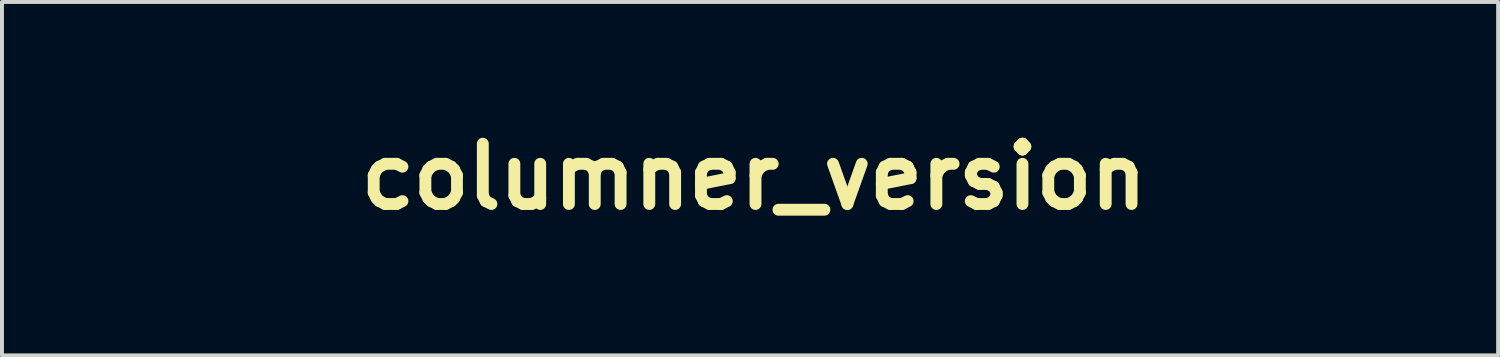
<source format=kicad_pcb>
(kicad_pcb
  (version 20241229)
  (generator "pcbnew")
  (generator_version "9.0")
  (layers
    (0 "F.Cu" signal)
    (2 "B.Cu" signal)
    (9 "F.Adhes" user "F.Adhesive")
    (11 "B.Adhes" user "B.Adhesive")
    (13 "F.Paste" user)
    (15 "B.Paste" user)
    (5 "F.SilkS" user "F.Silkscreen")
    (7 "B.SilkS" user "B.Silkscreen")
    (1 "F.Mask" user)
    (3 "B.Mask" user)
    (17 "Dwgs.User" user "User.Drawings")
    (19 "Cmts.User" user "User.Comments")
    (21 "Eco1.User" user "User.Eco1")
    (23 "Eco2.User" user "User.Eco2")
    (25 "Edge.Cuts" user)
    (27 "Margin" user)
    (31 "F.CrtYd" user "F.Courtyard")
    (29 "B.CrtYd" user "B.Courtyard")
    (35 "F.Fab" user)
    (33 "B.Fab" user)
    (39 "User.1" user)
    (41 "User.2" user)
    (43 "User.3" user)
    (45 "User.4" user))
  (footprint "columner_version"
    (layer "F.Cu")
    (at 16.014 1.418)
    (property "Reference" "columner_version" (at 0 0 0) (layer "F.SilkS") (effects (font (size 1.524 1.524) (thickness 0.3))))
    (attr through_hole)
    (fp_poly (pts (xy 13.172 1.066) (xy 13.191 1.195) (xy 13.192 1.229) (xy 13.178 1.373) (xy 13.135 1.445) (xy 13.057 1.451) (xy 13.038 1.445) (xy 13.004 1.393) (xy 12.988 1.277) (xy 12.987 1.229) (xy 12.997 1.096) (xy 13.026 1.022) (xy 13.038 1.013) (xy 13.123 1.007) (xy 13.172 1.066)) (stroke (width 0.01) (type solid)) (fill yes) (layer "F.Mask"))
    (fp_poly (pts (xy -10.691 -1.37) (xy -10.673 -1.358) (xy -10.659 -1.328) (xy -10.649 -1.271) (xy -10.64 -1.181) (xy -10.634 -1.048) (xy -10.63 -0.864) (xy -10.626 -0.623) (xy -10.623 -0.315) (xy -10.62 0.031) (xy -10.61 1.434) (xy -10.817 1.434) (xy -10.806 0.031) (xy -10.803 -0.345) (xy -10.8 -0.647) (xy -10.796 -0.883) (xy -10.791 -1.061) (xy -10.785 -1.19) (xy -10.777 -1.277) (xy -10.766 -1.331) (xy -10.751 -1.36) (xy -10.733 -1.371) (xy -10.713 -1.372) (xy -10.691 -1.37)) (stroke (width 0.01) (type solid)) (fill yes) (layer "F.Mask"))
    (fp_poly (pts (xy 0.56 -0.466) (xy 0.601 -0.381) (xy 0.614 -0.229) (xy 0.615 -0.214) (xy 0.615 -0.066) (xy 0.748 -0.194) (xy 0.872 -0.293) (xy 1.02 -0.384) (xy 1.065 -0.406) (xy 1.205 -0.455) (xy 1.353 -0.484) (xy 1.488 -0.491) (xy 1.59 -0.477) (xy 1.637 -0.44) (xy 1.639 -0.431) (xy 1.627 -0.393) (xy 1.582 -0.365) (xy 1.488 -0.341) (xy 1.33 -0.316) (xy 1.291 -0.311) (xy 1.098 -0.25) (xy 0.911 -0.129) (xy 0.756 0.031) (xy 0.708 0.104) (xy 0.67 0.178) (xy 0.644 0.255) (xy 0.628 0.353) (xy 0.619 0.488) (xy 0.616 0.678) (xy 0.615 0.821) (xy 0.611 1.09) (xy 0.6 1.279) (xy 0.582 1.392) (xy 0.565 1.426) (xy 0.495 1.472) (xy 0.437 1.448) (xy 0.437 1.448) (xy 0.429 1.4) (xy 0.422 1.283) (xy 0.417 1.108) (xy 0.412 0.886) (xy 0.41 0.629) (xy 0.41 0.464) (xy 0.41 0.16) (xy 0.411 -0.071) (xy 0.415 -0.24) (xy 0.421 -0.357) (xy 0.431 -0.431) (xy 0.444 -0.471) (xy 0.463 -0.488) (xy 0.487 -0.492) (xy 0.56 -0.466)) (stroke (width 0.01) (type solid)) (fill yes) (layer "F.Mask"))
    (fp_poly (pts (xy 11.445 -1.296) (xy 11.49 -1.271) (xy 11.508 -1.247) (xy 11.522 -1.201) (xy 11.533 -1.126) (xy 11.541 -1.013) (xy 11.547 -0.853) (xy 11.55 -0.639) (xy 11.552 -0.361) (xy 11.553 -0.012) (xy 11.553 0.079) (xy 11.552 0.471) (xy 11.549 0.788) (xy 11.544 1.034) (xy 11.536 1.215) (xy 11.526 1.337) (xy 11.513 1.407) (xy 11.504 1.426) (xy 11.434 1.472) (xy 11.376 1.448) (xy 11.375 1.448) (xy 11.369 1.401) (xy 11.362 1.283) (xy 11.357 1.104) (xy 11.353 0.873) (xy 11.35 0.602) (xy 11.348 0.299) (xy 11.348 0.178) (xy 11.347 -0.132) (xy 11.345 -0.414) (xy 11.341 -0.657) (xy 11.336 -0.852) (xy 11.33 -0.989) (xy 11.324 -1.059) (xy 11.321 -1.065) (xy 11.279 -1.042) (xy 11.187 -0.979) (xy 11.057 -0.885) (xy 10.912 -0.778) (xy 10.758 -0.665) (xy 10.627 -0.573) (xy 10.532 -0.512) (xy 10.489 -0.492) (xy 10.454 -0.526) (xy 10.447 -0.569) (xy 10.481 -0.632) (xy 10.582 -0.733) (xy 10.744 -0.868) (xy 10.836 -0.938) (xy 11.044 -1.092) (xy 11.198 -1.199) (xy 11.309 -1.265) (xy 11.388 -1.296) (xy 11.445 -1.296)) (stroke (width 0.01) (type solid)) (fill yes) (layer "F.Mask"))
    (fp_poly (pts (xy -14.429 -1.312) (xy -14.239 -1.269) (xy -14.114 -1.218) (xy -14.06 -1.16) (xy -14.08 -1.103) (xy -14.156 -1.084) (xy -14.229 -1.103) (xy -14.328 -1.13) (xy -14.474 -1.156) (xy -14.598 -1.171) (xy -14.907 -1.168) (xy -15.179 -1.095) (xy -15.407 -0.955) (xy -15.589 -0.752) (xy -15.718 -0.491) (xy -15.791 -0.175) (xy -15.8 -0.091) (xy -15.799 0.269) (xy -15.737 0.585) (xy -15.618 0.852) (xy -15.448 1.065) (xy -15.23 1.22) (xy -14.97 1.312) (xy -14.672 1.336) (xy -14.462 1.313) (xy -14.317 1.285) (xy -14.194 1.259) (xy -14.144 1.246) (xy -14.074 1.239) (xy -14.052 1.288) (xy -14.052 1.305) (xy -14.075 1.37) (xy -14.156 1.415) (xy -14.206 1.429) (xy -14.359 1.459) (xy -14.544 1.482) (xy -14.73 1.495) (xy -14.886 1.496) (xy -14.953 1.489) (xy -15.268 1.397) (xy -15.534 1.245) (xy -15.743 1.039) (xy -15.849 0.871) (xy -15.943 0.617) (xy -15.996 0.316) (xy -16.009 -0.005) (xy -15.979 -0.322) (xy -15.911 -0.594) (xy -15.82 -0.775) (xy -15.68 -0.955) (xy -15.514 -1.112) (xy -15.342 -1.226) (xy -15.256 -1.261) (xy -14.941 -1.329) (xy -14.639 -1.338) (xy -14.429 -1.312)) (stroke (width 0.01) (type solid)) (fill yes) (layer "F.Mask"))
    (fp_poly (pts (xy 9.774 -0.474) (xy 9.771 -0.41) (xy 9.748 -0.35) (xy 9.7 -0.231) (xy 9.632 -0.066) (xy 9.55 0.133) (xy 9.458 0.353) (xy 9.362 0.581) (xy 9.268 0.805) (xy 9.18 1.011) (xy 9.105 1.187) (xy 9.047 1.321) (xy 9.012 1.399) (xy 9.004 1.414) (xy 8.915 1.448) (xy 8.807 1.446) (xy 8.755 1.424) (xy 8.722 1.375) (xy 8.665 1.263) (xy 8.588 1.101) (xy 8.498 0.903) (xy 8.399 0.68) (xy 8.298 0.447) (xy 8.2 0.216) (xy 8.11 0.001) (xy 8.035 -0.186) (xy 7.98 -0.332) (xy 7.951 -0.423) (xy 7.948 -0.443) (xy 7.982 -0.482) (xy 8.038 -0.484) (xy 8.072 -0.47) (xy 8.11 -0.43) (xy 8.155 -0.356) (xy 8.212 -0.238) (xy 8.286 -0.068) (xy 8.381 0.163) (xy 8.463 0.366) (xy 8.563 0.614) (xy 8.654 0.839) (xy 8.733 1.028) (xy 8.793 1.169) (xy 8.829 1.251) (xy 8.837 1.265) (xy 8.858 1.265) (xy 8.895 1.213) (xy 8.95 1.105) (xy 9.026 0.935) (xy 9.125 0.697) (xy 9.217 0.469) (xy 9.317 0.218) (xy 9.41 -0.008) (xy 9.489 -0.198) (xy 9.55 -0.341) (xy 9.589 -0.425) (xy 9.598 -0.44) (xy 9.669 -0.484) (xy 9.717 -0.492) (xy 9.774 -0.474)) (stroke (width 0.01) (type solid)) (fill yes) (layer "F.Mask"))
    (fp_poly (pts (xy -12.214 -0.502) (xy -12.062 -0.455) (xy -11.854 -0.317) (xy -11.697 -0.12) (xy -11.596 0.13) (xy -11.554 0.426) (xy -11.553 0.482) (xy -11.583 0.762) (xy -11.669 1.012) (xy -11.803 1.22) (xy -11.977 1.37) (xy -12.065 1.415) (xy -12.248 1.466) (xy -12.463 1.491) (xy -12.668 1.487) (xy -12.753 1.472) (xy -13.011 1.378) (xy -13.207 1.231) (xy -13.348 1.027) (xy -13.416 0.851) (xy -13.468 0.57) (xy -13.466 0.492) (xy -13.251 0.492) (xy -13.24 0.725) (xy -13.206 0.901) (xy -13.14 1.039) (xy -13.035 1.163) (xy -13.017 1.18) (xy -12.856 1.281) (xy -12.651 1.338) (xy -12.431 1.349) (xy -12.225 1.308) (xy -12.195 1.296) (xy -12.02 1.181) (xy -11.885 1.005) (xy -11.796 0.784) (xy -11.756 0.531) (xy -11.77 0.26) (xy -11.803 0.104) (xy -11.896 -0.089) (xy -12.046 -0.239) (xy -12.235 -0.343) (xy -12.449 -0.393) (xy -12.67 -0.386) (xy -12.882 -0.314) (xy -12.954 -0.272) (xy -13.095 -0.142) (xy -13.189 0.026) (xy -13.239 0.247) (xy -13.251 0.492) (xy -13.466 0.492) (xy -13.461 0.297) (xy -13.4 0.043) (xy -13.29 -0.177) (xy -13.136 -0.351) (xy -12.944 -0.467) (xy -12.883 -0.487) (xy -12.668 -0.524) (xy -12.434 -0.529) (xy -12.214 -0.502)) (stroke (width 0.01) (type solid)) (fill yes) (layer "F.Mask"))
    (fp_poly (pts (xy -2.932 -0.509) (xy -2.751 -0.436) (xy -2.623 -0.309) (xy -2.575 -0.22) (xy -2.547 -0.149) (xy -2.527 -0.07) (xy -2.514 0.031) (xy -2.507 0.166) (xy -2.505 0.35) (xy -2.507 0.597) (xy -2.508 0.704) (xy -2.513 0.974) (xy -2.519 1.172) (xy -2.528 1.309) (xy -2.54 1.394) (xy -2.556 1.439) (xy -2.577 1.454) (xy -2.581 1.454) (xy -2.603 1.443) (xy -2.621 1.402) (xy -2.634 1.322) (xy -2.645 1.191) (xy -2.655 1) (xy -2.663 0.74) (xy -2.665 0.696) (xy -2.677 0.384) (xy -2.692 0.137) (xy -2.711 -0.04) (xy -2.732 -0.141) (xy -2.738 -0.154) (xy -2.857 -0.286) (xy -3.042 -0.372) (xy -3.124 -0.391) (xy -3.288 -0.386) (xy -3.472 -0.326) (xy -3.65 -0.226) (xy -3.795 -0.096) (xy -3.831 -0.049) (xy -3.869 0.011) (xy -3.896 0.07) (xy -3.914 0.142) (xy -3.925 0.244) (xy -3.931 0.388) (xy -3.933 0.59) (xy -3.933 0.763) (xy -3.934 1.025) (xy -3.94 1.214) (xy -3.951 1.342) (xy -3.972 1.418) (xy -4.003 1.453) (xy -4.048 1.456) (xy -4.087 1.445) (xy -4.104 1.419) (xy -4.117 1.349) (xy -4.127 1.228) (xy -4.133 1.048) (xy -4.137 0.802) (xy -4.138 0.482) (xy -4.138 0.465) (xy -4.138 -0.497) (xy -4.046 -0.484) (xy -3.976 -0.453) (xy -3.945 -0.371) (xy -3.94 -0.337) (xy -3.928 -0.202) (xy -3.797 -0.312) (xy -3.596 -0.447) (xy -3.378 -0.517) (xy -3.172 -0.533) (xy -2.932 -0.509)) (stroke (width 0.01) (type solid)) (fill yes) (layer "F.Mask"))
    (fp_poly (pts (xy 6.952 -0.505) (xy 7.166 -0.423) (xy 7.327 -0.284) (xy 7.403 -0.164) (xy 7.486 0.042) (xy 7.523 0.226) (xy 7.511 0.371) (xy 7.483 0.43) (xy 7.456 0.46) (xy 7.416 0.481) (xy 7.351 0.497) (xy 7.25 0.508) (xy 7.101 0.515) (xy 6.89 0.521) (xy 6.681 0.525) (xy 6.445 0.53) (xy 6.24 0.538) (xy 6.079 0.547) (xy 5.976 0.557) (xy 5.941 0.566) (xy 5.963 0.695) (xy 6.01 0.854) (xy 6.069 1.001) (xy 6.112 1.076) (xy 6.26 1.216) (xy 6.466 1.307) (xy 6.719 1.347) (xy 7.01 1.335) (xy 7.17 1.307) (xy 7.293 1.286) (xy 7.38 1.281) (xy 7.405 1.287) (xy 7.41 1.334) (xy 7.345 1.385) (xy 7.225 1.432) (xy 7.062 1.47) (xy 7.046 1.472) (xy 6.884 1.497) (xy 6.77 1.508) (xy 6.674 1.505) (xy 6.562 1.488) (xy 6.486 1.473) (xy 6.227 1.391) (xy 6.027 1.258) (xy 5.885 1.071) (xy 5.799 0.826) (xy 5.766 0.52) (xy 5.765 0.471) (xy 5.774 0.369) (xy 5.971 0.369) (xy 7.344 0.369) (xy 7.318 0.179) (xy 7.256 -0.054) (xy 7.141 -0.226) (xy 6.969 -0.34) (xy 6.942 -0.351) (xy 6.709 -0.403) (xy 6.489 -0.385) (xy 6.293 -0.303) (xy 6.136 -0.166) (xy 6.029 0.019) (xy 5.992 0.18) (xy 5.971 0.369) (xy 5.774 0.369) (xy 5.793 0.153) (xy 5.874 -0.104) (xy 6.011 -0.301) (xy 6.203 -0.437) (xy 6.45 -0.513) (xy 6.679 -0.532) (xy 6.952 -0.505)) (stroke (width 0.01) (type solid)) (fill yes) (layer "F.Mask"))
    (fp_poly (pts (xy -9.661 -0.485) (xy -9.628 -0.478) (xy -9.604 -0.462) (xy -9.586 -0.425) (xy -9.573 -0.356) (xy -9.564 -0.245) (xy -9.557 -0.079) (xy -9.55 0.151) (xy -9.545 0.311) (xy -9.537 0.599) (xy -9.527 0.816) (xy -9.513 0.975) (xy -9.491 1.088) (xy -9.459 1.165) (xy -9.413 1.22) (xy -9.351 1.263) (xy -9.294 1.293) (xy -9.103 1.348) (xy -8.895 1.332) (xy -8.686 1.248) (xy -8.528 1.132) (xy -8.46 1.065) (xy -8.411 0.995) (xy -8.375 0.909) (xy -8.351 0.792) (xy -8.335 0.631) (xy -8.323 0.412) (xy -8.316 0.205) (xy -8.308 -0.045) (xy -8.3 -0.224) (xy -8.291 -0.345) (xy -8.278 -0.418) (xy -8.26 -0.456) (xy -8.235 -0.47) (xy -8.214 -0.471) (xy -8.188 -0.468) (xy -8.168 -0.452) (xy -8.153 -0.414) (xy -8.142 -0.343) (xy -8.134 -0.23) (xy -8.129 -0.064) (xy -8.125 0.163) (xy -8.121 0.463) (xy -8.121 0.468) (xy -8.118 0.79) (xy -8.119 1.038) (xy -8.124 1.219) (xy -8.132 1.341) (xy -8.145 1.412) (xy -8.161 1.439) (xy -8.232 1.446) (xy -8.288 1.388) (xy -8.316 1.283) (xy -8.316 1.262) (xy -8.316 1.141) (xy -8.485 1.285) (xy -8.691 1.417) (xy -8.856 1.472) (xy -8.994 1.5) (xy -9.089 1.509) (xy -9.178 1.5) (xy -9.279 1.478) (xy -9.415 1.439) (xy -9.52 1.39) (xy -9.6 1.32) (xy -9.657 1.219) (xy -9.696 1.077) (xy -9.721 0.884) (xy -9.735 0.629) (xy -9.743 0.303) (xy -9.743 0.294) (xy -9.757 -0.498) (xy -9.661 -0.485)) (stroke (width 0.01) (type solid)) (fill yes) (layer "F.Mask"))
    (fp_poly (pts (xy 15.075 -1.325) (xy 15.207 -1.308) (xy 15.316 -1.272) (xy 15.4 -1.228) (xy 15.574 -1.11) (xy 15.684 -0.977) (xy 15.744 -0.806) (xy 15.765 -0.633) (xy 15.763 -0.438) (xy 15.724 -0.256) (xy 15.644 -0.075) (xy 15.514 0.117) (xy 15.329 0.331) (xy 15.109 0.554) (xy 14.937 0.72) (xy 14.766 0.881) (xy 14.613 1.021) (xy 14.498 1.124) (xy 14.482 1.137) (xy 14.277 1.308) (xy 15.048 1.31) (xy 15.318 1.311) (xy 15.516 1.313) (xy 15.653 1.318) (xy 15.74 1.327) (xy 15.788 1.34) (xy 15.806 1.359) (xy 15.806 1.383) (xy 15.795 1.407) (xy 15.766 1.425) (xy 15.708 1.439) (xy 15.612 1.448) (xy 15.466 1.455) (xy 15.261 1.46) (xy 14.987 1.465) (xy 14.93 1.465) (xy 14.672 1.467) (xy 14.442 1.467) (xy 14.253 1.464) (xy 14.116 1.458) (xy 14.046 1.451) (xy 14.039 1.448) (xy 14.012 1.395) (xy 14.032 1.325) (xy 14.105 1.231) (xy 14.235 1.106) (xy 14.397 0.969) (xy 14.666 0.737) (xy 14.914 0.504) (xy 15.132 0.281) (xy 15.308 0.077) (xy 15.433 -0.096) (xy 15.477 -0.174) (xy 15.553 -0.41) (xy 15.564 -0.635) (xy 15.51 -0.837) (xy 15.396 -1.002) (xy 15.273 -1.093) (xy 15.12 -1.143) (xy 14.917 -1.164) (xy 14.692 -1.157) (xy 14.47 -1.121) (xy 14.31 -1.072) (xy 14.19 -1.031) (xy 14.103 -1.015) (xy 14.074 -1.022) (xy 14.068 -1.095) (xy 14.132 -1.165) (xy 14.255 -1.228) (xy 14.426 -1.279) (xy 14.634 -1.314) (xy 14.866 -1.329) (xy 14.892 -1.329) (xy 15.075 -1.325)) (stroke (width 0.01) (type solid)) (fill yes) (layer "F.Mask"))
    (fp_poly (pts (xy -0.749 -0.505) (xy -0.535 -0.421) (xy -0.374 -0.279) (xy -0.301 -0.161) (xy -0.218 0.044) (xy -0.181 0.227) (xy -0.192 0.372) (xy -0.22 0.43) (xy -0.247 0.459) (xy -0.286 0.481) (xy -0.35 0.497) (xy -0.451 0.508) (xy -0.6 0.515) (xy -0.809 0.521) (xy -1.024 0.525) (xy -1.768 0.538) (xy -1.739 0.709) (xy -1.677 0.94) (xy -1.571 1.11) (xy -1.41 1.236) (xy -1.301 1.289) (xy -1.12 1.335) (xy -0.895 1.349) (xy -0.654 1.33) (xy -0.536 1.308) (xy -0.408 1.29) (xy -0.326 1.301) (xy -0.302 1.337) (xy -0.338 1.384) (xy -0.402 1.412) (xy -0.522 1.443) (xy -0.668 1.474) (xy -0.816 1.498) (xy -0.938 1.511) (xy -0.983 1.511) (xy -1.061 1.501) (xy -1.178 1.48) (xy -1.216 1.473) (xy -1.475 1.39) (xy -1.675 1.253) (xy -1.821 1.059) (xy -1.915 0.803) (xy -1.95 0.606) (xy -1.953 0.39) (xy -1.949 0.369) (xy -1.765 0.369) (xy -1.067 0.369) (xy -0.813 0.368) (xy -0.63 0.367) (xy -0.505 0.362) (xy -0.428 0.352) (xy -0.388 0.337) (xy -0.372 0.314) (xy -0.369 0.282) (xy -0.369 0.277) (xy -0.404 0.064) (xy -0.499 -0.128) (xy -0.641 -0.281) (xy -0.815 -0.377) (xy -0.861 -0.389) (xy -1.105 -0.406) (xy -1.324 -0.348) (xy -1.509 -0.224) (xy -1.649 -0.042) (xy -1.733 0.193) (xy -1.738 0.215) (xy -1.765 0.369) (xy -1.949 0.369) (xy -1.918 0.163) (xy -1.853 -0.048) (xy -1.766 -0.216) (xy -1.729 -0.261) (xy -1.533 -0.414) (xy -1.292 -0.504) (xy -1.02 -0.532) (xy -0.749 -0.505)) (stroke (width 0.01) (type solid)) (fill yes) (layer "F.Mask"))
    (fp_poly (pts (xy 4.531 -1.306) (xy 4.798 -1.231) (xy 5.016 -1.121) (xy 5.171 -0.98) (xy 5.175 -0.975) (xy 5.245 -0.825) (xy 5.275 -0.636) (xy 5.265 -0.443) (xy 5.215 -0.288) (xy 5.103 -0.14) (xy 4.943 -0.015) (xy 4.77 0.063) (xy 4.742 0.07) (xy 4.661 0.092) (xy 4.629 0.111) (xy 4.654 0.151) (xy 4.715 0.231) (xy 4.763 0.288) (xy 4.835 0.39) (xy 4.921 0.534) (xy 5.012 0.705) (xy 5.102 0.888) (xy 5.183 1.067) (xy 5.249 1.227) (xy 5.291 1.351) (xy 5.303 1.426) (xy 5.298 1.437) (xy 5.248 1.464) (xy 5.193 1.442) (xy 5.128 1.364) (xy 5.046 1.225) (xy 4.943 1.016) (xy 4.912 0.951) (xy 4.818 0.755) (xy 4.722 0.575) (xy 4.638 0.429) (xy 4.575 0.339) (xy 4.574 0.338) (xy 4.457 0.205) (xy 3.646 0.205) (xy 3.646 0.761) (xy 3.641 1.048) (xy 3.626 1.258) (xy 3.6 1.395) (xy 3.56 1.463) (xy 3.506 1.468) (xy 3.449 1.426) (xy 3.435 1.371) (xy 3.423 1.247) (xy 3.413 1.066) (xy 3.406 0.84) (xy 3.401 0.582) (xy 3.398 0.304) (xy 3.398 0.018) (xy 3.4 -0.263) (xy 3.404 -0.527) (xy 3.411 -0.761) (xy 3.421 -0.954) (xy 3.433 -1.092) (xy 3.442 -1.141) (xy 3.646 -1.141) (xy 3.646 0.041) (xy 3.902 0.041) (xy 4.093 0.033) (xy 4.304 0.014) (xy 4.42 -0.002) (xy 4.579 -0.035) (xy 4.722 -0.075) (xy 4.801 -0.106) (xy 4.947 -0.223) (xy 5.041 -0.384) (xy 5.078 -0.566) (xy 5.054 -0.748) (xy 4.969 -0.904) (xy 4.865 -1.003) (xy 4.751 -1.079) (xy 4.732 -1.088) (xy 4.566 -1.136) (xy 4.35 -1.168) (xy 4.118 -1.181) (xy 3.9 -1.173) (xy 3.874 -1.17) (xy 3.646 -1.141) (xy 3.442 -1.141) (xy 3.447 -1.163) (xy 3.481 -1.227) (xy 3.525 -1.269) (xy 3.598 -1.296) (xy 3.717 -1.316) (xy 3.899 -1.334) (xy 3.903 -1.335) (xy 4.228 -1.342) (xy 4.531 -1.306)) (stroke (width 0.01) (type solid)) (fill yes) (layer "F.Mask"))
    (fp_poly (pts (xy -6.529 -0.522) (xy -6.385 -0.483) (xy -6.252 -0.409) (xy -6.151 -0.317) (xy -6.105 -0.222) (xy -6.104 -0.209) (xy -6.079 -0.199) (xy -6.008 -0.247) (xy -5.918 -0.329) (xy -5.732 -0.512) (xy -5.431 -0.512) (xy -5.26 -0.508) (xy -5.148 -0.491) (xy -5.072 -0.456) (xy -5.039 -0.43) (xy -4.966 -0.357) (xy -4.91 -0.279) (xy -4.87 -0.183) (xy -4.842 -0.057) (xy -4.823 0.112) (xy -4.81 0.337) (xy -4.801 0.632) (xy -4.801 0.636) (xy -4.796 0.903) (xy -4.794 1.1) (xy -4.797 1.238) (xy -4.805 1.33) (xy -4.82 1.387) (xy -4.841 1.421) (xy -4.852 1.431) (xy -4.923 1.463) (xy -4.955 1.451) (xy -4.967 1.4) (xy -4.979 1.28) (xy -4.99 1.106) (xy -4.999 0.891) (xy -5.005 0.654) (xy -5.012 0.352) (xy -5.023 0.121) (xy -5.042 -0.049) (xy -5.071 -0.171) (xy -5.114 -0.254) (xy -5.174 -0.31) (xy -5.254 -0.35) (xy -5.306 -0.369) (xy -5.473 -0.399) (xy -5.624 -0.363) (xy -5.775 -0.261) (xy -5.861 -0.183) (xy -5.924 -0.105) (xy -5.969 -0.013) (xy -5.997 0.107) (xy -6.013 0.268) (xy -6.021 0.484) (xy -6.022 0.751) (xy -6.024 1.01) (xy -6.028 1.197) (xy -6.036 1.324) (xy -6.05 1.401) (xy -6.069 1.439) (xy -6.081 1.448) (xy -6.127 1.455) (xy -6.162 1.43) (xy -6.189 1.364) (xy -6.208 1.25) (xy -6.221 1.078) (xy -6.23 0.839) (xy -6.235 0.606) (xy -6.24 0.338) (xy -6.245 0.139) (xy -6.253 -0.003) (xy -6.264 -0.101) (xy -6.281 -0.167) (xy -6.305 -0.213) (xy -6.337 -0.252) (xy -6.343 -0.259) (xy -6.488 -0.36) (xy -6.656 -0.391) (xy -6.829 -0.357) (xy -6.992 -0.26) (xy -7.11 -0.128) (xy -7.147 -0.07) (xy -7.174 -0.012) (xy -7.192 0.06) (xy -7.202 0.161) (xy -7.208 0.305) (xy -7.21 0.506) (xy -7.21 0.698) (xy -7.213 0.987) (xy -7.22 1.2) (xy -7.234 1.341) (xy -7.252 1.415) (xy -7.259 1.426) (xy -7.33 1.472) (xy -7.388 1.448) (xy -7.388 1.448) (xy -7.396 1.4) (xy -7.402 1.283) (xy -7.408 1.108) (xy -7.412 0.885) (xy -7.415 0.628) (xy -7.415 0.461) (xy -7.415 -0.497) (xy -7.323 -0.484) (xy -7.247 -0.446) (xy -7.218 -0.357) (xy -7.205 -0.242) (xy -7.063 -0.366) (xy -6.915 -0.473) (xy -6.764 -0.524) (xy -6.578 -0.527) (xy -6.529 -0.522)) (stroke (width 0.01) (type solid)) (fill yes) (layer "F.Mask")))
  (gr_rect
    (start -3 -3)
    (end 34.825 5.934)
    (stroke (width 0.1) (type default))
    (fill no)
    (layer "Edge.Cuts")))
</source>
